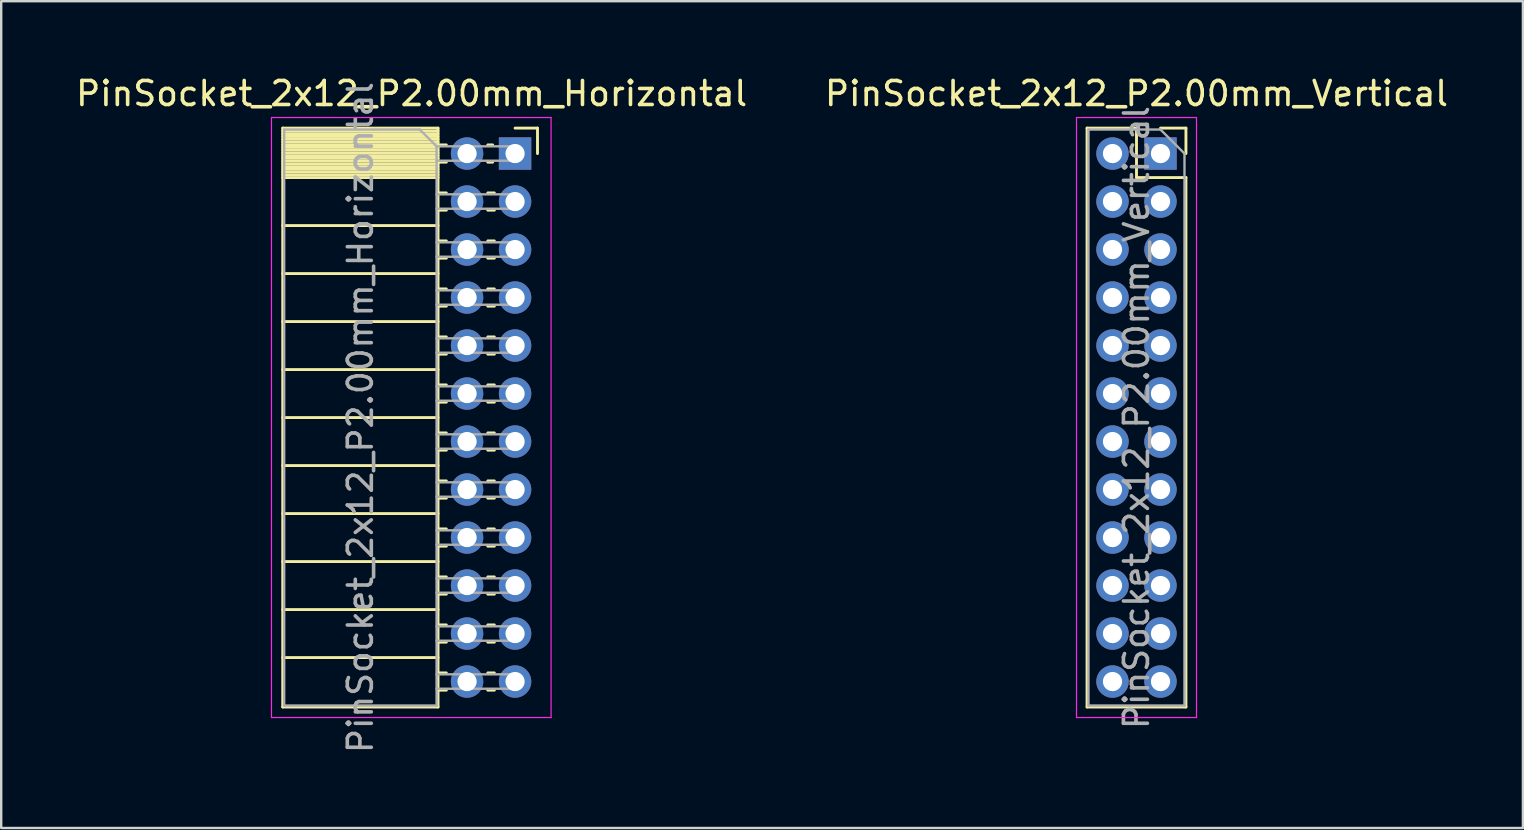
<source format=kicad_pcb>
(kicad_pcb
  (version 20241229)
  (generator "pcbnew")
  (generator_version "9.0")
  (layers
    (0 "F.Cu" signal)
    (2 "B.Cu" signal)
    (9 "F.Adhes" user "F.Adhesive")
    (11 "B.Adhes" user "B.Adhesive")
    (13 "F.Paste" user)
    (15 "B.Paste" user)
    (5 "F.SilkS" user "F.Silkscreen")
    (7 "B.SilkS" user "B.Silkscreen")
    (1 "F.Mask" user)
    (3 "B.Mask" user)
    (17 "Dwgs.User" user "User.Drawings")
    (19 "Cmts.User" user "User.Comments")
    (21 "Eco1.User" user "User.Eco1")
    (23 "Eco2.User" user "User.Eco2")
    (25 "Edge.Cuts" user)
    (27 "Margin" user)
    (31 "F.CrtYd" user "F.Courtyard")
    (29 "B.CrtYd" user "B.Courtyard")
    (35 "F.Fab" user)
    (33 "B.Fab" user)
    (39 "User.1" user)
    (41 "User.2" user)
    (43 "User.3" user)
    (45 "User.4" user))
  (footprint "PinSocket_2x12_P2.00mm_Vertical"
    (layer "F.Cu")
    (at 45.304 3.348)
    (property "Reference" "PinSocket_2x12_P2.00mm_Vertical" (at -1 -2.5 0) (layer "F.SilkS") (effects (font (size 1 1) (thickness 0.15))))
    (attr through_hole)
    (fp_line (start -3.06 -1.06) (end -3.06 23.06) (stroke (width 0.12) (type solid)) (layer "F.SilkS"))
    (fp_line (start -3.06 -1.06) (end -1 -1.06) (stroke (width 0.12) (type solid)) (layer "F.SilkS"))
    (fp_line (start -3.06 23.06) (end 1.06 23.06) (stroke (width 0.12) (type solid)) (layer "F.SilkS"))
    (fp_line (start -1 -1.06) (end -1 1) (stroke (width 0.12) (type solid)) (layer "F.SilkS"))
    (fp_line (start -1 1) (end 1.06 1) (stroke (width 0.12) (type solid)) (layer "F.SilkS"))
    (fp_line (start 0 -1.06) (end 1.06 -1.06) (stroke (width 0.12) (type solid)) (layer "F.SilkS"))
    (fp_line (start 1.06 -1.06) (end 1.06 0) (stroke (width 0.12) (type solid)) (layer "F.SilkS"))
    (fp_line (start 1.06 1) (end 1.06 23.06) (stroke (width 0.12) (type solid)) (layer "F.SilkS"))
    (fp_line (start -3.5 -1.5) (end 1.5 -1.5) (stroke (width 0.05) (type solid)) (layer "F.CrtYd"))
    (fp_line (start -3.5 23.5) (end -3.5 -1.5) (stroke (width 0.05) (type solid)) (layer "F.CrtYd"))
    (fp_line (start 1.5 -1.5) (end 1.5 23.5) (stroke (width 0.05) (type solid)) (layer "F.CrtYd"))
    (fp_line (start 1.5 23.5) (end -3.5 23.5) (stroke (width 0.05) (type solid)) (layer "F.CrtYd"))
    (fp_line (start -3 -1) (end 0 -1) (stroke (width 0.1) (type solid)) (layer "F.Fab"))
    (fp_line (start -3 23) (end -3 -1) (stroke (width 0.1) (type solid)) (layer "F.Fab"))
    (fp_line (start 0 -1) (end 1 0) (stroke (width 0.1) (type solid)) (layer "F.Fab"))
    (fp_line (start 1 0) (end 1 23) (stroke (width 0.1) (type solid)) (layer "F.Fab"))
    (fp_line (start 1 23) (end -3 23) (stroke (width 0.1) (type solid)) (layer "F.Fab"))
    (fp_text user "${REFERENCE}" (at -1 11 90) (layer "F.Fab") (effects (font (size 1 1) (thickness 0.15))))
    (pad "1" thru_hole rect (at 0 0) (size 1.35 1.35) (drill 0.8) (layers "*.Cu" "*.Mask"))
    (pad "2" thru_hole oval (at -2 0) (size 1.35 1.35) (drill 0.8) (layers "*.Cu" "*.Mask"))
    (pad "3" thru_hole oval (at 0 2) (size 1.35 1.35) (drill 0.8) (layers "*.Cu" "*.Mask"))
    (pad "4" thru_hole oval (at -2 2) (size 1.35 1.35) (drill 0.8) (layers "*.Cu" "*.Mask"))
    (pad "5" thru_hole oval (at 0 4) (size 1.35 1.35) (drill 0.8) (layers "*.Cu" "*.Mask"))
    (pad "6" thru_hole oval (at -2 4) (size 1.35 1.35) (drill 0.8) (layers "*.Cu" "*.Mask"))
    (pad "7" thru_hole oval (at 0 6) (size 1.35 1.35) (drill 0.8) (layers "*.Cu" "*.Mask"))
    (pad "8" thru_hole oval (at -2 6) (size 1.35 1.35) (drill 0.8) (layers "*.Cu" "*.Mask"))
    (pad "9" thru_hole oval (at 0 8) (size 1.35 1.35) (drill 0.8) (layers "*.Cu" "*.Mask"))
    (pad "10" thru_hole oval (at -2 8) (size 1.35 1.35) (drill 0.8) (layers "*.Cu" "*.Mask"))
    (pad "11" thru_hole oval (at 0 10) (size 1.35 1.35) (drill 0.8) (layers "*.Cu" "*.Mask"))
    (pad "12" thru_hole oval (at -2 10) (size 1.35 1.35) (drill 0.8) (layers "*.Cu" "*.Mask"))
    (pad "13" thru_hole oval (at 0 12) (size 1.35 1.35) (drill 0.8) (layers "*.Cu" "*.Mask"))
    (pad "14" thru_hole oval (at -2 12) (size 1.35 1.35) (drill 0.8) (layers "*.Cu" "*.Mask"))
    (pad "15" thru_hole oval (at 0 14) (size 1.35 1.35) (drill 0.8) (layers "*.Cu" "*.Mask"))
    (pad "16" thru_hole oval (at -2 14) (size 1.35 1.35) (drill 0.8) (layers "*.Cu" "*.Mask"))
    (pad "17" thru_hole oval (at 0 16) (size 1.35 1.35) (drill 0.8) (layers "*.Cu" "*.Mask"))
    (pad "18" thru_hole oval (at -2 16) (size 1.35 1.35) (drill 0.8) (layers "*.Cu" "*.Mask"))
    (pad "19" thru_hole oval (at 0 18) (size 1.35 1.35) (drill 0.8) (layers "*.Cu" "*.Mask"))
    (pad "20" thru_hole oval (at -2 18) (size 1.35 1.35) (drill 0.8) (layers "*.Cu" "*.Mask"))
    (pad "21" thru_hole oval (at 0 20) (size 1.35 1.35) (drill 0.8) (layers "*.Cu" "*.Mask"))
    (pad "22" thru_hole oval (at -2 20) (size 1.35 1.35) (drill 0.8) (layers "*.Cu" "*.Mask"))
    (pad "23" thru_hole oval (at 0 22) (size 1.35 1.35) (drill 0.8) (layers "*.Cu" "*.Mask"))
    (pad "24" thru_hole oval (at -2 22) (size 1.35 1.35) (drill 0.8) (layers "*.Cu" "*.Mask")))
  (footprint "PinSocket_2x12_P2.00mm_Horizontal"
    (layer "F.Cu")
    (at 18.411 3.348)
    (property "Reference" "PinSocket_2x12_P2.00mm_Horizontal" (at -4.31 -2.5 0) (layer "F.SilkS") (effects (font (size 1 1) (thickness 0.15))))
    (attr through_hole)
    (fp_line (start -9.68 -1.06) (end -9.68 23.06) (stroke (width 0.12) (type solid)) (layer "F.SilkS"))
    (fp_line (start -9.68 -1.06) (end -3.21 -1.06) (stroke (width 0.12) (type solid)) (layer "F.SilkS"))
    (fp_line (start -9.68 -0.94) (end -3.21 -0.94) (stroke (width 0.12) (type solid)) (layer "F.SilkS"))
    (fp_line (start -9.68 -0.826) (end -3.21 -0.826) (stroke (width 0.12) (type solid)) (layer "F.SilkS"))
    (fp_line (start -9.68 -0.712) (end -3.21 -0.712) (stroke (width 0.12) (type solid)) (layer "F.SilkS"))
    (fp_line (start -9.68 -0.598) (end -3.21 -0.598) (stroke (width 0.12) (type solid)) (layer "F.SilkS"))
    (fp_line (start -9.68 -0.484) (end -3.21 -0.484) (stroke (width 0.12) (type solid)) (layer "F.SilkS"))
    (fp_line (start -9.68 -0.369) (end -3.21 -0.369) (stroke (width 0.12) (type solid)) (layer "F.SilkS"))
    (fp_line (start -9.68 -0.255) (end -3.21 -0.255) (stroke (width 0.12) (type solid)) (layer "F.SilkS"))
    (fp_line (start -9.68 -0.141) (end -3.21 -0.141) (stroke (width 0.12) (type solid)) (layer "F.SilkS"))
    (fp_line (start -9.68 -0.027) (end -3.21 -0.027) (stroke (width 0.12) (type solid)) (layer "F.SilkS"))
    (fp_line (start -9.68 0.087) (end -3.21 0.087) (stroke (width 0.12) (type solid)) (layer "F.SilkS"))
    (fp_line (start -9.68 0.201) (end -3.21 0.201) (stroke (width 0.12) (type solid)) (layer "F.SilkS"))
    (fp_line (start -9.68 0.315) (end -3.21 0.315) (stroke (width 0.12) (type solid)) (layer "F.SilkS"))
    (fp_line (start -9.68 0.429) (end -3.21 0.429) (stroke (width 0.12) (type solid)) (layer "F.SilkS"))
    (fp_line (start -9.68 0.544) (end -3.21 0.544) (stroke (width 0.12) (type solid)) (layer "F.SilkS"))
    (fp_line (start -9.68 0.658) (end -3.21 0.658) (stroke (width 0.12) (type solid)) (layer "F.SilkS"))
    (fp_line (start -9.68 0.772) (end -3.21 0.772) (stroke (width 0.12) (type solid)) (layer "F.SilkS"))
    (fp_line (start -9.68 0.886) (end -3.21 0.886) (stroke (width 0.12) (type solid)) (layer "F.SilkS"))
    (fp_line (start -9.68 1) (end -3.21 1) (stroke (width 0.12) (type solid)) (layer "F.SilkS"))
    (fp_line (start -9.68 3) (end -3.21 3) (stroke (width 0.12) (type solid)) (layer "F.SilkS"))
    (fp_line (start -9.68 5) (end -3.21 5) (stroke (width 0.12) (type solid)) (layer "F.SilkS"))
    (fp_line (start -9.68 7) (end -3.21 7) (stroke (width 0.12) (type solid)) (layer "F.SilkS"))
    (fp_line (start -9.68 9) (end -3.21 9) (stroke (width 0.12) (type solid)) (layer "F.SilkS"))
    (fp_line (start -9.68 11) (end -3.21 11) (stroke (width 0.12) (type solid)) (layer "F.SilkS"))
    (fp_line (start -9.68 13) (end -3.21 13) (stroke (width 0.12) (type solid)) (layer "F.SilkS"))
    (fp_line (start -9.68 15) (end -3.21 15) (stroke (width 0.12) (type solid)) (layer "F.SilkS"))
    (fp_line (start -9.68 17) (end -3.21 17) (stroke (width 0.12) (type solid)) (layer "F.SilkS"))
    (fp_line (start -9.68 19) (end -3.21 19) (stroke (width 0.12) (type solid)) (layer "F.SilkS"))
    (fp_line (start -9.68 21) (end -3.21 21) (stroke (width 0.12) (type solid)) (layer "F.SilkS"))
    (fp_line (start -9.68 23.06) (end -3.21 23.06) (stroke (width 0.12) (type solid)) (layer "F.SilkS"))
    (fp_line (start -3.21 -1.06) (end -3.21 23.06) (stroke (width 0.12) (type solid)) (layer "F.SilkS"))
    (fp_line (start -3.21 -0.36) (end -2.863 -0.36) (stroke (width 0.12) (type solid)) (layer "F.SilkS"))
    (fp_line (start -3.21 0.36) (end -2.863 0.36) (stroke (width 0.12) (type solid)) (layer "F.SilkS"))
    (fp_line (start -3.21 1.64) (end -2.863 1.64) (stroke (width 0.12) (type solid)) (layer "F.SilkS"))
    (fp_line (start -3.21 2.36) (end -2.863 2.36) (stroke (width 0.12) (type solid)) (layer "F.SilkS"))
    (fp_line (start -3.21 3.64) (end -2.863 3.64) (stroke (width 0.12) (type solid)) (layer "F.SilkS"))
    (fp_line (start -3.21 4.36) (end -2.863 4.36) (stroke (width 0.12) (type solid)) (layer "F.SilkS"))
    (fp_line (start -3.21 5.64) (end -2.863 5.64) (stroke (width 0.12) (type solid)) (layer "F.SilkS"))
    (fp_line (start -3.21 6.36) (end -2.863 6.36) (stroke (width 0.12) (type solid)) (layer "F.SilkS"))
    (fp_line (start -3.21 7.64) (end -2.863 7.64) (stroke (width 0.12) (type solid)) (layer "F.SilkS"))
    (fp_line (start -3.21 8.36) (end -2.863 8.36) (stroke (width 0.12) (type solid)) (layer "F.SilkS"))
    (fp_line (start -3.21 9.64) (end -2.863 9.64) (stroke (width 0.12) (type solid)) (layer "F.SilkS"))
    (fp_line (start -3.21 10.36) (end -2.863 10.36) (stroke (width 0.12) (type solid)) (layer "F.SilkS"))
    (fp_line (start -3.21 11.64) (end -2.863 11.64) (stroke (width 0.12) (type solid)) (layer "F.SilkS"))
    (fp_line (start -3.21 12.36) (end -2.863 12.36) (stroke (width 0.12) (type solid)) (layer "F.SilkS"))
    (fp_line (start -3.21 13.64) (end -2.863 13.64) (stroke (width 0.12) (type solid)) (layer "F.SilkS"))
    (fp_line (start -3.21 14.36) (end -2.863 14.36) (stroke (width 0.12) (type solid)) (layer "F.SilkS"))
    (fp_line (start -3.21 15.64) (end -2.863 15.64) (stroke (width 0.12) (type solid)) (layer "F.SilkS"))
    (fp_line (start -3.21 16.36) (end -2.863 16.36) (stroke (width 0.12) (type solid)) (layer "F.SilkS"))
    (fp_line (start -3.21 17.64) (end -2.863 17.64) (stroke (width 0.12) (type solid)) (layer "F.SilkS"))
    (fp_line (start -3.21 18.36) (end -2.863 18.36) (stroke (width 0.12) (type solid)) (layer "F.SilkS"))
    (fp_line (start -3.21 19.64) (end -2.863 19.64) (stroke (width 0.12) (type solid)) (layer "F.SilkS"))
    (fp_line (start -3.21 20.36) (end -2.863 20.36) (stroke (width 0.12) (type solid)) (layer "F.SilkS"))
    (fp_line (start -3.21 21.64) (end -2.863 21.64) (stroke (width 0.12) (type solid)) (layer "F.SilkS"))
    (fp_line (start -3.21 22.36) (end -2.863 22.36) (stroke (width 0.12) (type solid)) (layer "F.SilkS"))
    (fp_line (start -1.137 -0.36) (end -0.935 -0.36) (stroke (width 0.12) (type solid)) (layer "F.SilkS"))
    (fp_line (start -1.137 0.36) (end -0.935 0.36) (stroke (width 0.12) (type solid)) (layer "F.SilkS"))
    (fp_line (start -1.137 1.64) (end -0.863 1.64) (stroke (width 0.12) (type solid)) (layer "F.SilkS"))
    (fp_line (start -1.137 2.36) (end -0.863 2.36) (stroke (width 0.12) (type solid)) (layer "F.SilkS"))
    (fp_line (start -1.137 3.64) (end -0.863 3.64) (stroke (width 0.12) (type solid)) (layer "F.SilkS"))
    (fp_line (start -1.137 4.36) (end -0.863 4.36) (stroke (width 0.12) (type solid)) (layer "F.SilkS"))
    (fp_line (start -1.137 5.64) (end -0.863 5.64) (stroke (width 0.12) (type solid)) (layer "F.SilkS"))
    (fp_line (start -1.137 6.36) (end -0.863 6.36) (stroke (width 0.12) (type solid)) (layer "F.SilkS"))
    (fp_line (start -1.137 7.64) (end -0.863 7.64) (stroke (width 0.12) (type solid)) (layer "F.SilkS"))
    (fp_line (start -1.137 8.36) (end -0.863 8.36) (stroke (width 0.12) (type solid)) (layer "F.SilkS"))
    (fp_line (start -1.137 9.64) (end -0.863 9.64) (stroke (width 0.12) (type solid)) (layer "F.SilkS"))
    (fp_line (start -1.137 10.36) (end -0.863 10.36) (stroke (width 0.12) (type solid)) (layer "F.SilkS"))
    (fp_line (start -1.137 11.64) (end -0.863 11.64) (stroke (width 0.12) (type solid)) (layer "F.SilkS"))
    (fp_line (start -1.137 12.36) (end -0.863 12.36) (stroke (width 0.12) (type solid)) (layer "F.SilkS"))
    (fp_line (start -1.137 13.64) (end -0.863 13.64) (stroke (width 0.12) (type solid)) (layer "F.SilkS"))
    (fp_line (start -1.137 14.36) (end -0.863 14.36) (stroke (width 0.12) (type solid)) (layer "F.SilkS"))
    (fp_line (start -1.137 15.64) (end -0.863 15.64) (stroke (width 0.12) (type solid)) (layer "F.SilkS"))
    (fp_line (start -1.137 16.36) (end -0.863 16.36) (stroke (width 0.12) (type solid)) (layer "F.SilkS"))
    (fp_line (start -1.137 17.64) (end -0.863 17.64) (stroke (width 0.12) (type solid)) (layer "F.SilkS"))
    (fp_line (start -1.137 18.36) (end -0.863 18.36) (stroke (width 0.12) (type solid)) (layer "F.SilkS"))
    (fp_line (start -1.137 19.64) (end -0.863 19.64) (stroke (width 0.12) (type solid)) (layer "F.SilkS"))
    (fp_line (start -1.137 20.36) (end -0.863 20.36) (stroke (width 0.12) (type solid)) (layer "F.SilkS"))
    (fp_line (start -1.137 21.64) (end -0.863 21.64) (stroke (width 0.12) (type solid)) (layer "F.SilkS"))
    (fp_line (start -1.137 22.36) (end -0.863 22.36) (stroke (width 0.12) (type solid)) (layer "F.SilkS"))
    (fp_line (start 0 -1.06) (end 0.935 -1.06) (stroke (width 0.12) (type solid)) (layer "F.SilkS"))
    (fp_line (start 0.935 -1.06) (end 0.935 0) (stroke (width 0.12) (type solid)) (layer "F.SilkS"))
    (fp_line (start -10.15 -1.5) (end -10.15 23.5) (stroke (width 0.05) (type solid)) (layer "F.CrtYd"))
    (fp_line (start -10.15 23.5) (end 1.5 23.5) (stroke (width 0.05) (type solid)) (layer "F.CrtYd"))
    (fp_line (start 1.5 -1.5) (end -10.15 -1.5) (stroke (width 0.05) (type solid)) (layer "F.CrtYd"))
    (fp_line (start 1.5 23.5) (end 1.5 -1.5) (stroke (width 0.05) (type solid)) (layer "F.CrtYd"))
    (fp_line (start -9.62 -1) (end -3.97 -1) (stroke (width 0.1) (type solid)) (layer "F.Fab"))
    (fp_line (start -9.62 23) (end -9.62 -1) (stroke (width 0.1) (type solid)) (layer "F.Fab"))
    (fp_line (start -3.97 -1) (end -3.27 -0.3) (stroke (width 0.1) (type solid)) (layer "F.Fab"))
    (fp_line (start -3.27 -0.3) (end -3.27 23) (stroke (width 0.1) (type solid)) (layer "F.Fab"))
    (fp_line (start -3.27 0.3) (end 0 0.3) (stroke (width 0.1) (type solid)) (layer "F.Fab"))
    (fp_line (start -3.27 2.3) (end 0 2.3) (stroke (width 0.1) (type solid)) (layer "F.Fab"))
    (fp_line (start -3.27 4.3) (end 0 4.3) (stroke (width 0.1) (type solid)) (layer "F.Fab"))
    (fp_line (start -3.27 6.3) (end 0 6.3) (stroke (width 0.1) (type solid)) (layer "F.Fab"))
    (fp_line (start -3.27 8.3) (end 0 8.3) (stroke (width 0.1) (type solid)) (layer "F.Fab"))
    (fp_line (start -3.27 10.3) (end 0 10.3) (stroke (width 0.1) (type solid)) (layer "F.Fab"))
    (fp_line (start -3.27 12.3) (end 0 12.3) (stroke (width 0.1) (type solid)) (layer "F.Fab"))
    (fp_line (start -3.27 14.3) (end 0 14.3) (stroke (width 0.1) (type solid)) (layer "F.Fab"))
    (fp_line (start -3.27 16.3) (end 0 16.3) (stroke (width 0.1) (type solid)) (layer "F.Fab"))
    (fp_line (start -3.27 18.3) (end 0 18.3) (stroke (width 0.1) (type solid)) (layer "F.Fab"))
    (fp_line (start -3.27 20.3) (end 0 20.3) (stroke (width 0.1) (type solid)) (layer "F.Fab"))
    (fp_line (start -3.27 22.3) (end 0 22.3) (stroke (width 0.1) (type solid)) (layer "F.Fab"))
    (fp_line (start -3.27 23) (end -9.62 23) (stroke (width 0.1) (type solid)) (layer "F.Fab"))
    (fp_line (start 0 -0.3) (end -3.27 -0.3) (stroke (width 0.1) (type solid)) (layer "F.Fab"))
    (fp_line (start 0 0.3) (end 0 -0.3) (stroke (width 0.1) (type solid)) (layer "F.Fab"))
    (fp_line (start 0 1.7) (end -3.27 1.7) (stroke (width 0.1) (type solid)) (layer "F.Fab"))
    (fp_line (start 0 2.3) (end 0 1.7) (stroke (width 0.1) (type solid)) (layer "F.Fab"))
    (fp_line (start 0 3.7) (end -3.27 3.7) (stroke (width 0.1) (type solid)) (layer "F.Fab"))
    (fp_line (start 0 4.3) (end 0 3.7) (stroke (width 0.1) (type solid)) (layer "F.Fab"))
    (fp_line (start 0 5.7) (end -3.27 5.7) (stroke (width 0.1) (type solid)) (layer "F.Fab"))
    (fp_line (start 0 6.3) (end 0 5.7) (stroke (width 0.1) (type solid)) (layer "F.Fab"))
    (fp_line (start 0 7.7) (end -3.27 7.7) (stroke (width 0.1) (type solid)) (layer "F.Fab"))
    (fp_line (start 0 8.3) (end 0 7.7) (stroke (width 0.1) (type solid)) (layer "F.Fab"))
    (fp_line (start 0 9.7) (end -3.27 9.7) (stroke (width 0.1) (type solid)) (layer "F.Fab"))
    (fp_line (start 0 10.3) (end 0 9.7) (stroke (width 0.1) (type solid)) (layer "F.Fab"))
    (fp_line (start 0 11.7) (end -3.27 11.7) (stroke (width 0.1) (type solid)) (layer "F.Fab"))
    (fp_line (start 0 12.3) (end 0 11.7) (stroke (width 0.1) (type solid)) (layer "F.Fab"))
    (fp_line (start 0 13.7) (end -3.27 13.7) (stroke (width 0.1) (type solid)) (layer "F.Fab"))
    (fp_line (start 0 14.3) (end 0 13.7) (stroke (width 0.1) (type solid)) (layer "F.Fab"))
    (fp_line (start 0 15.7) (end -3.27 15.7) (stroke (width 0.1) (type solid)) (layer "F.Fab"))
    (fp_line (start 0 16.3) (end 0 15.7) (stroke (width 0.1) (type solid)) (layer "F.Fab"))
    (fp_line (start 0 17.7) (end -3.27 17.7) (stroke (width 0.1) (type solid)) (layer "F.Fab"))
    (fp_line (start 0 18.3) (end 0 17.7) (stroke (width 0.1) (type solid)) (layer "F.Fab"))
    (fp_line (start 0 19.7) (end -3.27 19.7) (stroke (width 0.1) (type solid)) (layer "F.Fab"))
    (fp_line (start 0 20.3) (end 0 19.7) (stroke (width 0.1) (type solid)) (layer "F.Fab"))
    (fp_line (start 0 21.7) (end -3.27 21.7) (stroke (width 0.1) (type solid)) (layer "F.Fab"))
    (fp_line (start 0 22.3) (end 0 21.7) (stroke (width 0.1) (type solid)) (layer "F.Fab"))
    (fp_text user "${REFERENCE}" (at -6.445 11 90) (layer "F.Fab") (effects (font (size 1 1) (thickness 0.15))))
    (pad "1" thru_hole rect (at 0 0) (size 1.35 1.35) (drill 0.8) (layers "*.Cu" "*.Mask"))
    (pad "2" thru_hole oval (at -2 0) (size 1.35 1.35) (drill 0.8) (layers "*.Cu" "*.Mask"))
    (pad "3" thru_hole oval (at 0 2) (size 1.35 1.35) (drill 0.8) (layers "*.Cu" "*.Mask"))
    (pad "4" thru_hole oval (at -2 2) (size 1.35 1.35) (drill 0.8) (layers "*.Cu" "*.Mask"))
    (pad "5" thru_hole oval (at 0 4) (size 1.35 1.35) (drill 0.8) (layers "*.Cu" "*.Mask"))
    (pad "6" thru_hole oval (at -2 4) (size 1.35 1.35) (drill 0.8) (layers "*.Cu" "*.Mask"))
    (pad "7" thru_hole oval (at 0 6) (size 1.35 1.35) (drill 0.8) (layers "*.Cu" "*.Mask"))
    (pad "8" thru_hole oval (at -2 6) (size 1.35 1.35) (drill 0.8) (layers "*.Cu" "*.Mask"))
    (pad "9" thru_hole oval (at 0 8) (size 1.35 1.35) (drill 0.8) (layers "*.Cu" "*.Mask"))
    (pad "10" thru_hole oval (at -2 8) (size 1.35 1.35) (drill 0.8) (layers "*.Cu" "*.Mask"))
    (pad "11" thru_hole oval (at 0 10) (size 1.35 1.35) (drill 0.8) (layers "*.Cu" "*.Mask"))
    (pad "12" thru_hole oval (at -2 10) (size 1.35 1.35) (drill 0.8) (layers "*.Cu" "*.Mask"))
    (pad "13" thru_hole oval (at 0 12) (size 1.35 1.35) (drill 0.8) (layers "*.Cu" "*.Mask"))
    (pad "14" thru_hole oval (at -2 12) (size 1.35 1.35) (drill 0.8) (layers "*.Cu" "*.Mask"))
    (pad "15" thru_hole oval (at 0 14) (size 1.35 1.35) (drill 0.8) (layers "*.Cu" "*.Mask"))
    (pad "16" thru_hole oval (at -2 14) (size 1.35 1.35) (drill 0.8) (layers "*.Cu" "*.Mask"))
    (pad "17" thru_hole oval (at 0 16) (size 1.35 1.35) (drill 0.8) (layers "*.Cu" "*.Mask"))
    (pad "18" thru_hole oval (at -2 16) (size 1.35 1.35) (drill 0.8) (layers "*.Cu" "*.Mask"))
    (pad "19" thru_hole oval (at 0 18) (size 1.35 1.35) (drill 0.8) (layers "*.Cu" "*.Mask"))
    (pad "20" thru_hole oval (at -2 18) (size 1.35 1.35) (drill 0.8) (layers "*.Cu" "*.Mask"))
    (pad "21" thru_hole oval (at 0 20) (size 1.35 1.35) (drill 0.8) (layers "*.Cu" "*.Mask"))
    (pad "22" thru_hole oval (at -2 20) (size 1.35 1.35) (drill 0.8) (layers "*.Cu" "*.Mask"))
    (pad "23" thru_hole oval (at 0 22) (size 1.35 1.35) (drill 0.8) (layers "*.Cu" "*.Mask"))
    (pad "24" thru_hole oval (at -2 22) (size 1.35 1.35) (drill 0.8) (layers "*.Cu" "*.Mask")))
  (gr_rect
    (start -3 -3)
    (end 60.405 31.449)
    (stroke (width 0.1) (type default))
    (fill no)
    (layer "Edge.Cuts")))
</source>
